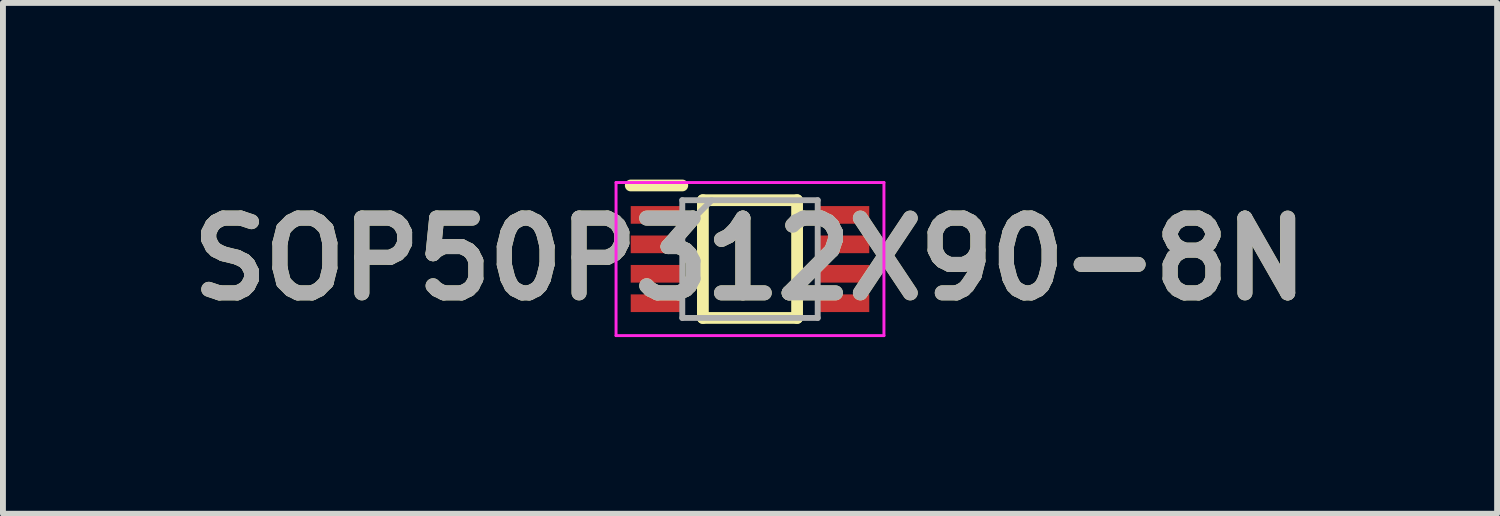
<source format=kicad_pcb>
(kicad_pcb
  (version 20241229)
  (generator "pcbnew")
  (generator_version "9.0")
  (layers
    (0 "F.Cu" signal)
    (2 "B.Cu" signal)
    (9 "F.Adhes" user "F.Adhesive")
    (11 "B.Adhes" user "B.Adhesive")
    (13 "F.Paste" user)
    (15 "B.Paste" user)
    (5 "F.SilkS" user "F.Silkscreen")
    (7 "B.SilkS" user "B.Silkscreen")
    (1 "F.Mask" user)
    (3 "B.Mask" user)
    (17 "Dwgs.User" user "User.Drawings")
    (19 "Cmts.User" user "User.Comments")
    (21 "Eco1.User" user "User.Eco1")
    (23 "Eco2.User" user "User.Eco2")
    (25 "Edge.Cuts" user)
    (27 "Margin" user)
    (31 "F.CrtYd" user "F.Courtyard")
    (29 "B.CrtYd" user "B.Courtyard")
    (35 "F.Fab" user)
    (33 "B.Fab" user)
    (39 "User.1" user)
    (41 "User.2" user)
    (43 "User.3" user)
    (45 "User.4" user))
  (footprint "SOP50P312X90-8N"
    (layer "F.Cu")
    (at 9.688 1.35)
    (property "Reference" "SOP50P312X90-8N" (at 0 0 0) (layer "F.SilkS") (effects (font (size 1.27 1.27) (thickness 0.254))))
    (attr smd)
    (fp_line (start -2.025 -1.25) (end -1.15 -1.25) (stroke (width 0.2) (type solid)) (layer "F.SilkS"))
    (fp_line (start -0.8 -1) (end 0.8 -1) (stroke (width 0.2) (type solid)) (layer "F.SilkS"))
    (fp_line (start -0.8 1) (end -0.8 -1) (stroke (width 0.2) (type solid)) (layer "F.SilkS"))
    (fp_line (start 0.8 -1) (end 0.8 1) (stroke (width 0.2) (type solid)) (layer "F.SilkS"))
    (fp_line (start 0.8 1) (end -0.8 1) (stroke (width 0.2) (type solid)) (layer "F.SilkS"))
    (fp_line (start -2.275 -1.3) (end 2.275 -1.3) (stroke (width 0.05) (type solid)) (layer "F.CrtYd"))
    (fp_line (start -2.275 1.3) (end -2.275 -1.3) (stroke (width 0.05) (type solid)) (layer "F.CrtYd"))
    (fp_line (start 2.275 -1.3) (end 2.275 1.3) (stroke (width 0.05) (type solid)) (layer "F.CrtYd"))
    (fp_line (start 2.275 1.3) (end -2.275 1.3) (stroke (width 0.05) (type solid)) (layer "F.CrtYd"))
    (fp_line (start -1.15 -1) (end 1.15 -1) (stroke (width 0.1) (type solid)) (layer "F.Fab"))
    (fp_line (start -1.15 -0.5) (end -0.65 -1) (stroke (width 0.1) (type solid)) (layer "F.Fab"))
    (fp_line (start -1.15 1) (end -1.15 -1) (stroke (width 0.1) (type solid)) (layer "F.Fab"))
    (fp_line (start 1.15 -1) (end 1.15 1) (stroke (width 0.1) (type solid)) (layer "F.Fab"))
    (fp_line (start 1.15 1) (end -1.15 1) (stroke (width 0.1) (type solid)) (layer "F.Fab"))
    (fp_text user "${REFERENCE}" (at 0 0 0) (layer "F.Fab") (effects (font (size 1.27 1.27) (thickness 0.254))))
    (pad "1" smd rect (at -1.588 -0.75 90) (size 0.3 0.875) (layers "F.Cu" "F.Mask" "F.Paste"))
    (pad "2" smd rect (at -1.588 -0.25 90) (size 0.3 0.875) (layers "F.Cu" "F.Mask" "F.Paste"))
    (pad "3" smd rect (at -1.588 0.25 90) (size 0.3 0.875) (layers "F.Cu" "F.Mask" "F.Paste"))
    (pad "4" smd rect (at -1.588 0.75 90) (size 0.3 0.875) (layers "F.Cu" "F.Mask" "F.Paste"))
    (pad "5" smd rect (at 1.588 0.75 90) (size 0.3 0.875) (layers "F.Cu" "F.Mask" "F.Paste"))
    (pad "6" smd rect (at 1.588 0.25 90) (size 0.3 0.875) (layers "F.Cu" "F.Mask" "F.Paste"))
    (pad "7" smd rect (at 1.588 -0.25 90) (size 0.3 0.875) (layers "F.Cu" "F.Mask" "F.Paste"))
    (pad "8" smd rect (at 1.588 -0.75 90) (size 0.3 0.875) (layers "F.Cu" "F.Mask" "F.Paste")))
  (gr_rect
    (start -3 -3)
    (end 22.377 5.675)
    (stroke (width 0.1) (type default))
    (fill no)
    (layer "Edge.Cuts")))
</source>
